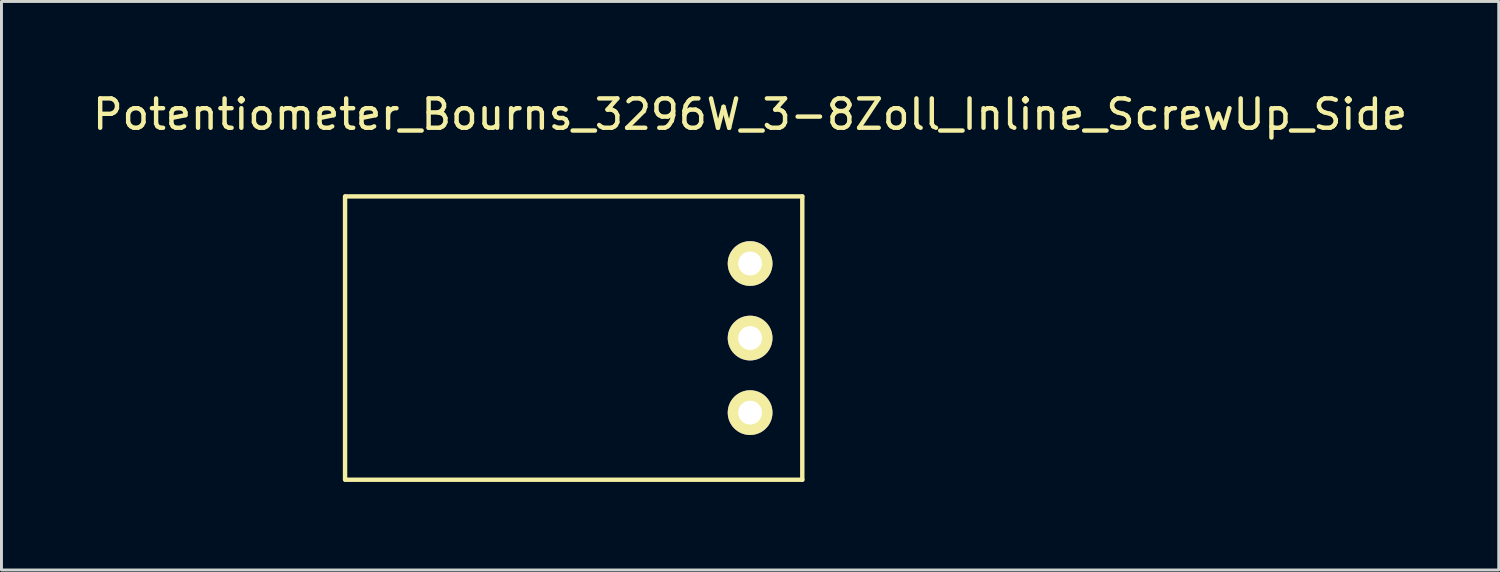
<source format=kicad_pcb>
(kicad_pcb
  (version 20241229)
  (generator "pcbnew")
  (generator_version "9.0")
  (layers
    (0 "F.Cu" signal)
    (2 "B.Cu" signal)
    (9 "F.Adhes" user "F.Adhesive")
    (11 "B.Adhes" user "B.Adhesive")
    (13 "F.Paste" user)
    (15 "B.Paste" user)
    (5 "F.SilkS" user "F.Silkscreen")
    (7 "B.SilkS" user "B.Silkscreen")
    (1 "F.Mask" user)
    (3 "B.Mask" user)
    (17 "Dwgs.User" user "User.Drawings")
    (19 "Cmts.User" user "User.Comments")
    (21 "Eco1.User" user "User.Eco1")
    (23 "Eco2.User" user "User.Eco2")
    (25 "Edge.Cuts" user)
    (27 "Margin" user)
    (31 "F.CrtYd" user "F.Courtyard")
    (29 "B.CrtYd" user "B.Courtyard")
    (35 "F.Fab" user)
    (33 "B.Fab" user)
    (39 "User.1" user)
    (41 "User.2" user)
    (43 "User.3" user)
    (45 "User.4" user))
  (footprint "Potentiometer_Bourns_3296W_3-8Zoll_Inline_ScrewUp_Side"
    (layer "F.Cu")
    (at 22.506 11.008)
    (property "Reference" "Potentiometer_Bourns_3296W_3-8Zoll_Inline_ScrewUp_Side" (at 0 -10.16 0) (layer "F.SilkS") (effects (font (size 1 1) (thickness 0.15))))
    (attr through_hole)
    (fp_line (start -13.8 2.286) (end -13.8 -7.366) (stroke (width 0.15) (type solid)) (layer "F.SilkS"))
    (fp_line (start -13.786 -7.366) (end 1.778 -7.366) (stroke (width 0.15) (type solid)) (layer "F.SilkS"))
    (fp_line (start 1.778 -7.366) (end 1.778 2.286) (stroke (width 0.15) (type solid)) (layer "F.SilkS"))
    (fp_line (start 1.778 2.286) (end -13.78 2.286) (stroke (width 0.15) (type solid)) (layer "F.SilkS"))
    (pad "1" thru_hole circle (at 0 0) (size 1.524 1.524) (drill 0.813) (layers "*.Cu" "*.Mask" "F.SilkS"))
    (pad "2" thru_hole circle (at 0 -2.54) (size 1.524 1.524) (drill 0.813) (layers "*.Cu" "*.Mask" "F.SilkS"))
    (pad "3" thru_hole circle (at 0 -5.08) (size 1.524 1.524) (drill 0.813) (layers "*.Cu" "*.Mask" "F.SilkS")))
  (gr_rect
    (start -3 -3)
    (end 48.012 16.369)
    (stroke (width 0.1) (type default))
    (fill no)
    (layer "Edge.Cuts")))
</source>
